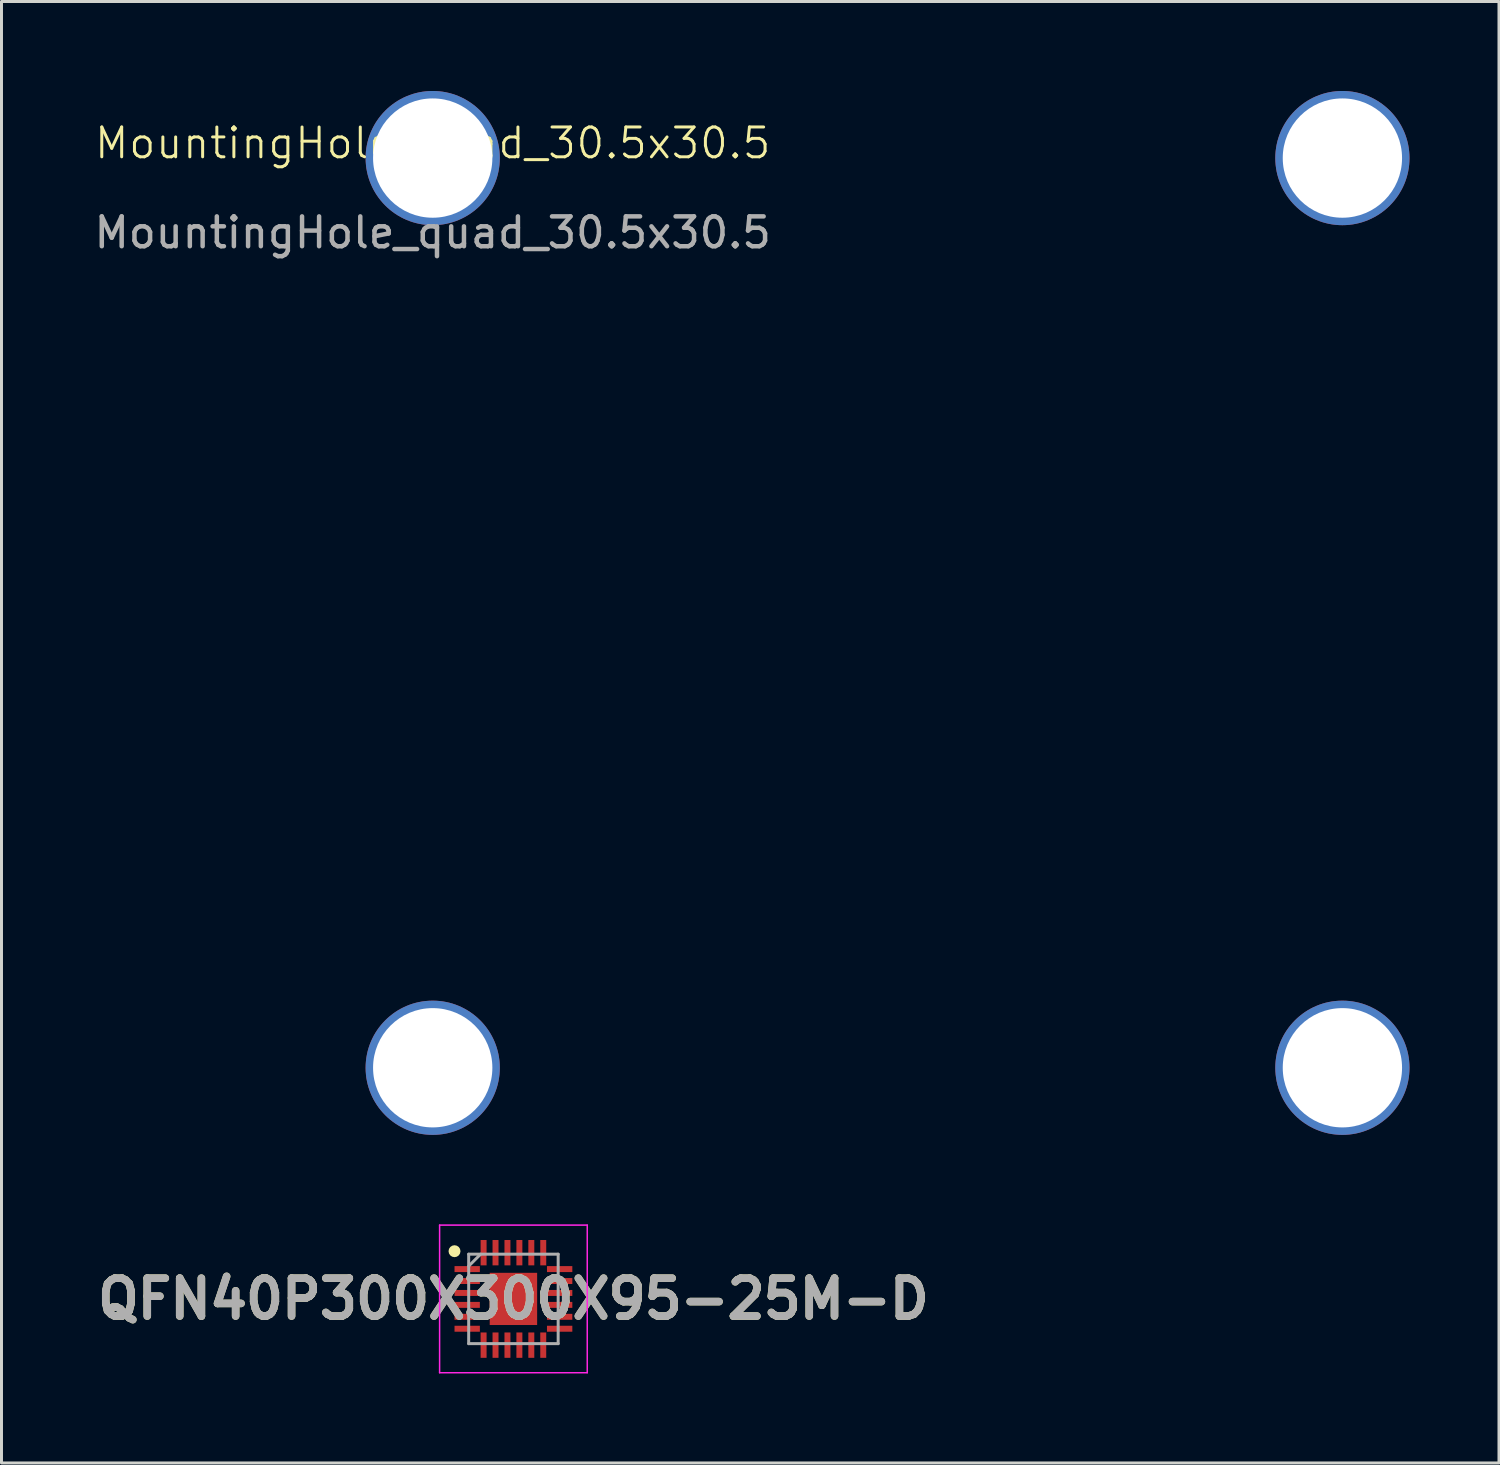
<source format=kicad_pcb>
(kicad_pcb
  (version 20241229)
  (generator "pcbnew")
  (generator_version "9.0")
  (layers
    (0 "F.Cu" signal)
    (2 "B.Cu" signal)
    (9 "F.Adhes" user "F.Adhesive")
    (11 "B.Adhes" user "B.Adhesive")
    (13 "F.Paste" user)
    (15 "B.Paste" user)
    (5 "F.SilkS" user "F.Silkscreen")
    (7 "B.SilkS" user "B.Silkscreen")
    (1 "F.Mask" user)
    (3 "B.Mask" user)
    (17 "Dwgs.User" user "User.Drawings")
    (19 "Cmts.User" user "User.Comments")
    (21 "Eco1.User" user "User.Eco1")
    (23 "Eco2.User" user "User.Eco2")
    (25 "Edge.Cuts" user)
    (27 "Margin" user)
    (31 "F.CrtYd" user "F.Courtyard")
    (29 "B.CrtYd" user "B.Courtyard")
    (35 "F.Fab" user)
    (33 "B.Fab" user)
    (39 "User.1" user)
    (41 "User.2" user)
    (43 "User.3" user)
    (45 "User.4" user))
  (footprint "QFN40P300X300X95-25M-D"
    (layer "F.Cu")
    (at 14.164 40.5)
    (property "Reference" "QFN40P300X300X95-25M-D" (at 0 0 0) (layer "F.SilkS") (effects (font (size 1.27 1.27) (thickness 0.254))))
    (attr smd)
    (fp_circle (center -1.975 -1.6) (end -1.975 -1.5) (stroke (width 0.2) (type solid)) (fill no) (layer "F.SilkS"))
    (fp_line (start -2.475 -2.475) (end 2.475 -2.475) (stroke (width 0.05) (type solid)) (layer "F.CrtYd"))
    (fp_line (start -2.475 2.475) (end -2.475 -2.475) (stroke (width 0.05) (type solid)) (layer "F.CrtYd"))
    (fp_line (start 2.475 -2.475) (end 2.475 2.475) (stroke (width 0.05) (type solid)) (layer "F.CrtYd"))
    (fp_line (start 2.475 2.475) (end -2.475 2.475) (stroke (width 0.05) (type solid)) (layer "F.CrtYd"))
    (fp_line (start -1.5 -1.5) (end 1.5 -1.5) (stroke (width 0.1) (type solid)) (layer "F.Fab"))
    (fp_line (start -1.5 -1.1) (end -1.1 -1.5) (stroke (width 0.1) (type solid)) (layer "F.Fab"))
    (fp_line (start -1.5 1.5) (end -1.5 -1.5) (stroke (width 0.1) (type solid)) (layer "F.Fab"))
    (fp_line (start 1.5 -1.5) (end 1.5 1.5) (stroke (width 0.1) (type solid)) (layer "F.Fab"))
    (fp_line (start 1.5 1.5) (end -1.5 1.5) (stroke (width 0.1) (type solid)) (layer "F.Fab"))
    (fp_text user "${REFERENCE}" (at 0 0 0) (layer "F.Fab") (effects (font (size 1.27 1.27) (thickness 0.254))))
    (pad "1" smd rect (at -1.55 -1 90) (size 0.2 0.85) (layers "F.Cu" "F.Mask" "F.Paste"))
    (pad "2" smd rect (at -1.55 -0.6 90) (size 0.2 0.85) (layers "F.Cu" "F.Mask" "F.Paste"))
    (pad "3" smd rect (at -1.55 -0.2 90) (size 0.2 0.85) (layers "F.Cu" "F.Mask" "F.Paste"))
    (pad "4" smd rect (at -1.55 0.2 90) (size 0.2 0.85) (layers "F.Cu" "F.Mask" "F.Paste"))
    (pad "5" smd rect (at -1.55 0.6 90) (size 0.2 0.85) (layers "F.Cu" "F.Mask" "F.Paste"))
    (pad "6" smd rect (at -1.55 1 90) (size 0.2 0.85) (layers "F.Cu" "F.Mask" "F.Paste"))
    (pad "7" smd rect (at -1 1.55) (size 0.2 0.85) (layers "F.Cu" "F.Mask" "F.Paste"))
    (pad "8" smd rect (at -0.6 1.55) (size 0.2 0.85) (layers "F.Cu" "F.Mask" "F.Paste"))
    (pad "9" smd rect (at -0.2 1.55) (size 0.2 0.85) (layers "F.Cu" "F.Mask" "F.Paste"))
    (pad "10" smd rect (at 0.2 1.55) (size 0.2 0.85) (layers "F.Cu" "F.Mask" "F.Paste"))
    (pad "11" smd rect (at 0.6 1.55) (size 0.2 0.85) (layers "F.Cu" "F.Mask" "F.Paste"))
    (pad "12" smd rect (at 1 1.55) (size 0.2 0.85) (layers "F.Cu" "F.Mask" "F.Paste"))
    (pad "13" smd rect (at 1.55 1 90) (size 0.2 0.85) (layers "F.Cu" "F.Mask" "F.Paste"))
    (pad "14" smd rect (at 1.55 0.6 90) (size 0.2 0.85) (layers "F.Cu" "F.Mask" "F.Paste"))
    (pad "15" smd rect (at 1.55 0.2 90) (size 0.2 0.85) (layers "F.Cu" "F.Mask" "F.Paste"))
    (pad "16" smd rect (at 1.55 -0.2 90) (size 0.2 0.85) (layers "F.Cu" "F.Mask" "F.Paste"))
    (pad "17" smd rect (at 1.55 -0.6 90) (size 0.2 0.85) (layers "F.Cu" "F.Mask" "F.Paste"))
    (pad "18" smd rect (at 1.55 -1 90) (size 0.2 0.85) (layers "F.Cu" "F.Mask" "F.Paste"))
    (pad "19" smd rect (at 1 -1.55) (size 0.2 0.85) (layers "F.Cu" "F.Mask" "F.Paste"))
    (pad "20" smd rect (at 0.6 -1.55) (size 0.2 0.85) (layers "F.Cu" "F.Mask" "F.Paste"))
    (pad "21" smd rect (at 0.2 -1.55) (size 0.2 0.85) (layers "F.Cu" "F.Mask" "F.Paste"))
    (pad "22" smd rect (at -0.2 -1.55) (size 0.2 0.85) (layers "F.Cu" "F.Mask" "F.Paste"))
    (pad "23" smd rect (at -0.6 -1.55) (size 0.2 0.85) (layers "F.Cu" "F.Mask" "F.Paste"))
    (pad "24" smd rect (at -1 -1.55) (size 0.2 0.85) (layers "F.Cu" "F.Mask" "F.Paste"))
    (pad "25" smd rect (at 0 0) (size 1.59 1.75) (layers "F.Cu" "F.Mask" "F.Paste")))
  (footprint "MountingHole_quad_30.5x30.5"
    (layer "F.Cu")
    (at 11.458 2.25)
    (property "Reference" "MountingHole_quad_30.5x30.5" (at 0 -0.5 0) (unlocked yes) (layer "F.SilkS") (effects (font (size 1 1) (thickness 0.1))))
    (fp_text user "${REFERENCE}" (at 0 2.5 0) (unlocked yes) (layer "F.Fab") (effects (font (size 1 1) (thickness 0.15))))
    (pad "" np_thru_hole circle (at 0 0) (size 4.5 4.5) (drill 4) (layers "*.Cu" "*.Mask"))
    (pad "" np_thru_hole circle (at 0 30.5) (size 4.5 4.5) (drill 4) (layers "*.Cu" "*.Mask"))
    (pad "" np_thru_hole circle (at 30.5 0) (size 4.5 4.5) (drill 4) (layers "*.Cu" "*.Mask"))
    (pad "" np_thru_hole circle (at 30.5 30.5) (size 4.5 4.5) (drill 4) (layers "*.Cu" "*.Mask")))
  (gr_rect
    (start -3 -3)
    (end 47.208 46)
    (stroke (width 0.1) (type default))
    (fill no)
    (layer "Edge.Cuts")))
</source>
